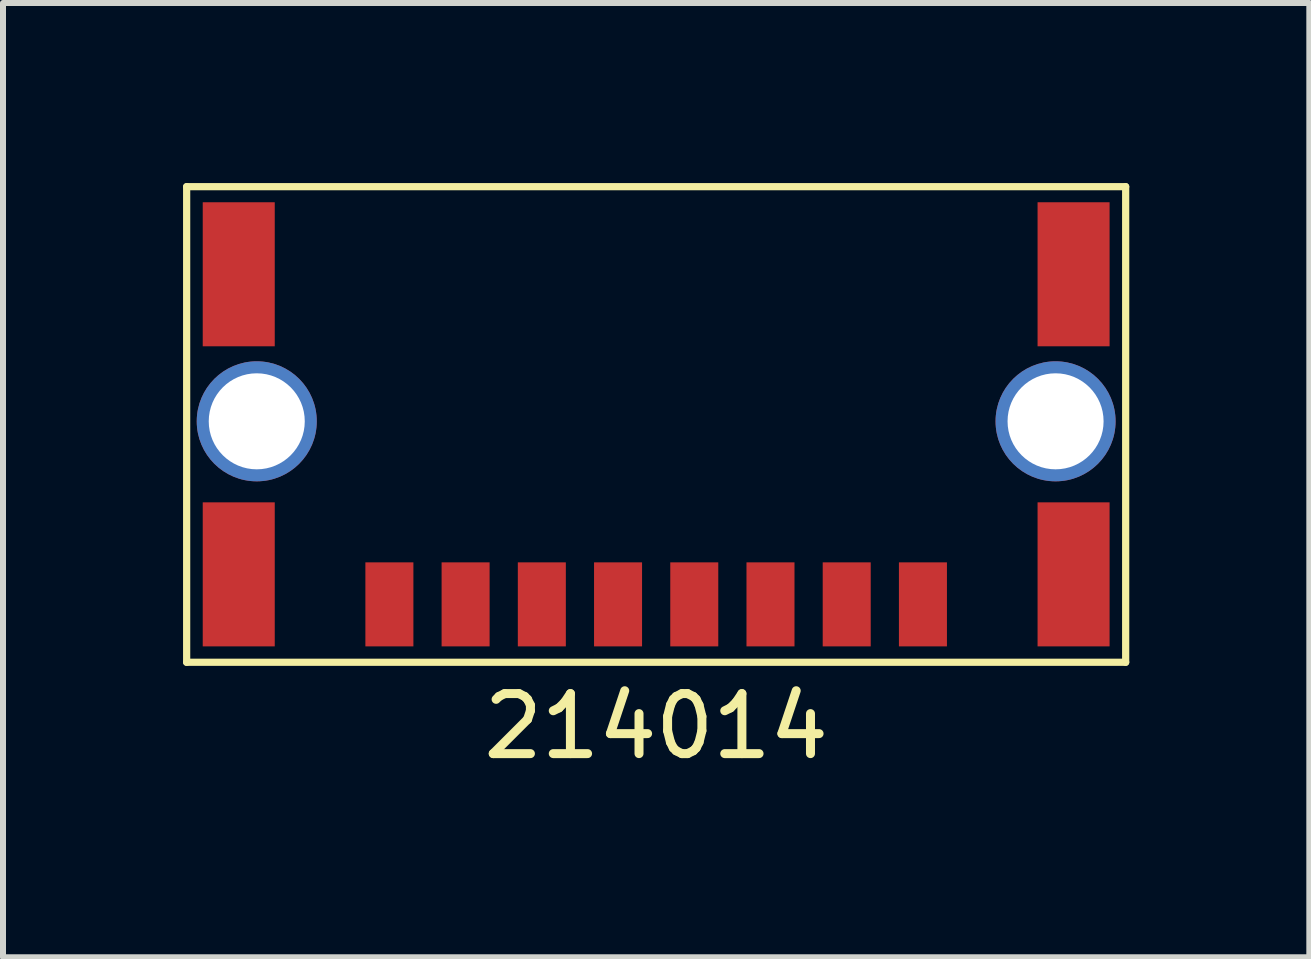
<source format=kicad_pcb>
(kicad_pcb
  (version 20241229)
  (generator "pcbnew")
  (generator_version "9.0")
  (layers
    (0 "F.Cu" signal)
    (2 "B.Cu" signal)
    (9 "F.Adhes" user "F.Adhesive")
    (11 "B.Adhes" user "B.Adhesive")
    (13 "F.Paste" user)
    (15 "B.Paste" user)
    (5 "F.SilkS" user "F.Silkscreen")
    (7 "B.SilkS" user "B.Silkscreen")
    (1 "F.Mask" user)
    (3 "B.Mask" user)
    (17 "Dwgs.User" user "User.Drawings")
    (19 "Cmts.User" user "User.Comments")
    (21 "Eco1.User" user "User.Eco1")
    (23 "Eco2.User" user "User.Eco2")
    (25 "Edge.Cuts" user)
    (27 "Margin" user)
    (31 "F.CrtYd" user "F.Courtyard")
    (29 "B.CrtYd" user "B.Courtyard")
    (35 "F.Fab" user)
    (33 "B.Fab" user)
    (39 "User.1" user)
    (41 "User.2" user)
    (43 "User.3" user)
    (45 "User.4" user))
  (footprint "214014"
    (layer "F.Cu")
    (at 7.883 7.02)
    (property "Reference" "214014" (at 0 2.032 0) (layer "F.SilkS") (effects (font (size 1 1) (thickness 0.15))))
    (attr through_hole)
    (fp_line (start -7.823 -6.96) (end 7.823 -6.96) (stroke (width 0.12) (type solid)) (layer "F.SilkS"))
    (fp_line (start -7.823 0.965) (end -7.823 -6.96) (stroke (width 0.12) (type solid)) (layer "F.SilkS"))
    (fp_line (start 7.823 -6.96) (end 7.823 0.965) (stroke (width 0.12) (type solid)) (layer "F.SilkS"))
    (fp_line (start 7.823 0.965) (end -7.823 0.965) (stroke (width 0.12) (type solid)) (layer "F.SilkS"))
    (pad "" smd rect (at -6.955 -5.5) (size 1.2 2.4) (layers "F.Cu" "F.Mask" "F.Paste"))
    (pad "" smd rect (at -6.955 -0.5) (size 1.2 2.4) (layers "F.Cu" "F.Mask" "F.Paste"))
    (pad "" thru_hole circle (at -6.655 -3.05) (size 2 2) (drill 1.6) (layers "*.Cu" "*.Mask"))
    (pad "" thru_hole circle (at 6.655 -3.05) (size 2 2) (drill 1.6) (layers "*.Cu" "*.Mask"))
    (pad "" smd rect (at 6.955 -5.5) (size 1.2 2.4) (layers "F.Cu" "F.Mask" "F.Paste"))
    (pad "" smd rect (at 6.955 -0.5) (size 1.2 2.4) (layers "F.Cu" "F.Mask" "F.Paste"))
    (pad "1" smd rect (at -4.445 0) (size 0.8 1.4) (layers "F.Cu" "F.Mask" "F.Paste"))
    (pad "2" smd rect (at -3.175 0) (size 0.8 1.4) (layers "F.Cu" "F.Mask" "F.Paste"))
    (pad "3" smd rect (at -1.905 0) (size 0.8 1.4) (layers "F.Cu" "F.Mask" "F.Paste"))
    (pad "4" smd rect (at -0.635 0) (size 0.8 1.4) (layers "F.Cu" "F.Mask" "F.Paste"))
    (pad "5" smd rect (at 0.635 0) (size 0.8 1.4) (layers "F.Cu" "F.Mask" "F.Paste"))
    (pad "6" smd rect (at 1.905 0) (size 0.8 1.4) (layers "F.Cu" "F.Mask" "F.Paste"))
    (pad "7" smd rect (at 3.175 0) (size 0.8 1.4) (layers "F.Cu" "F.Mask" "F.Paste"))
    (pad "8" smd rect (at 4.445 0) (size 0.8 1.4) (layers "F.Cu" "F.Mask" "F.Paste")))
  (gr_rect
    (start -3 -3)
    (end 18.766 12.9)
    (stroke (width 0.1) (type default))
    (fill no)
    (layer "Edge.Cuts")))
</source>
